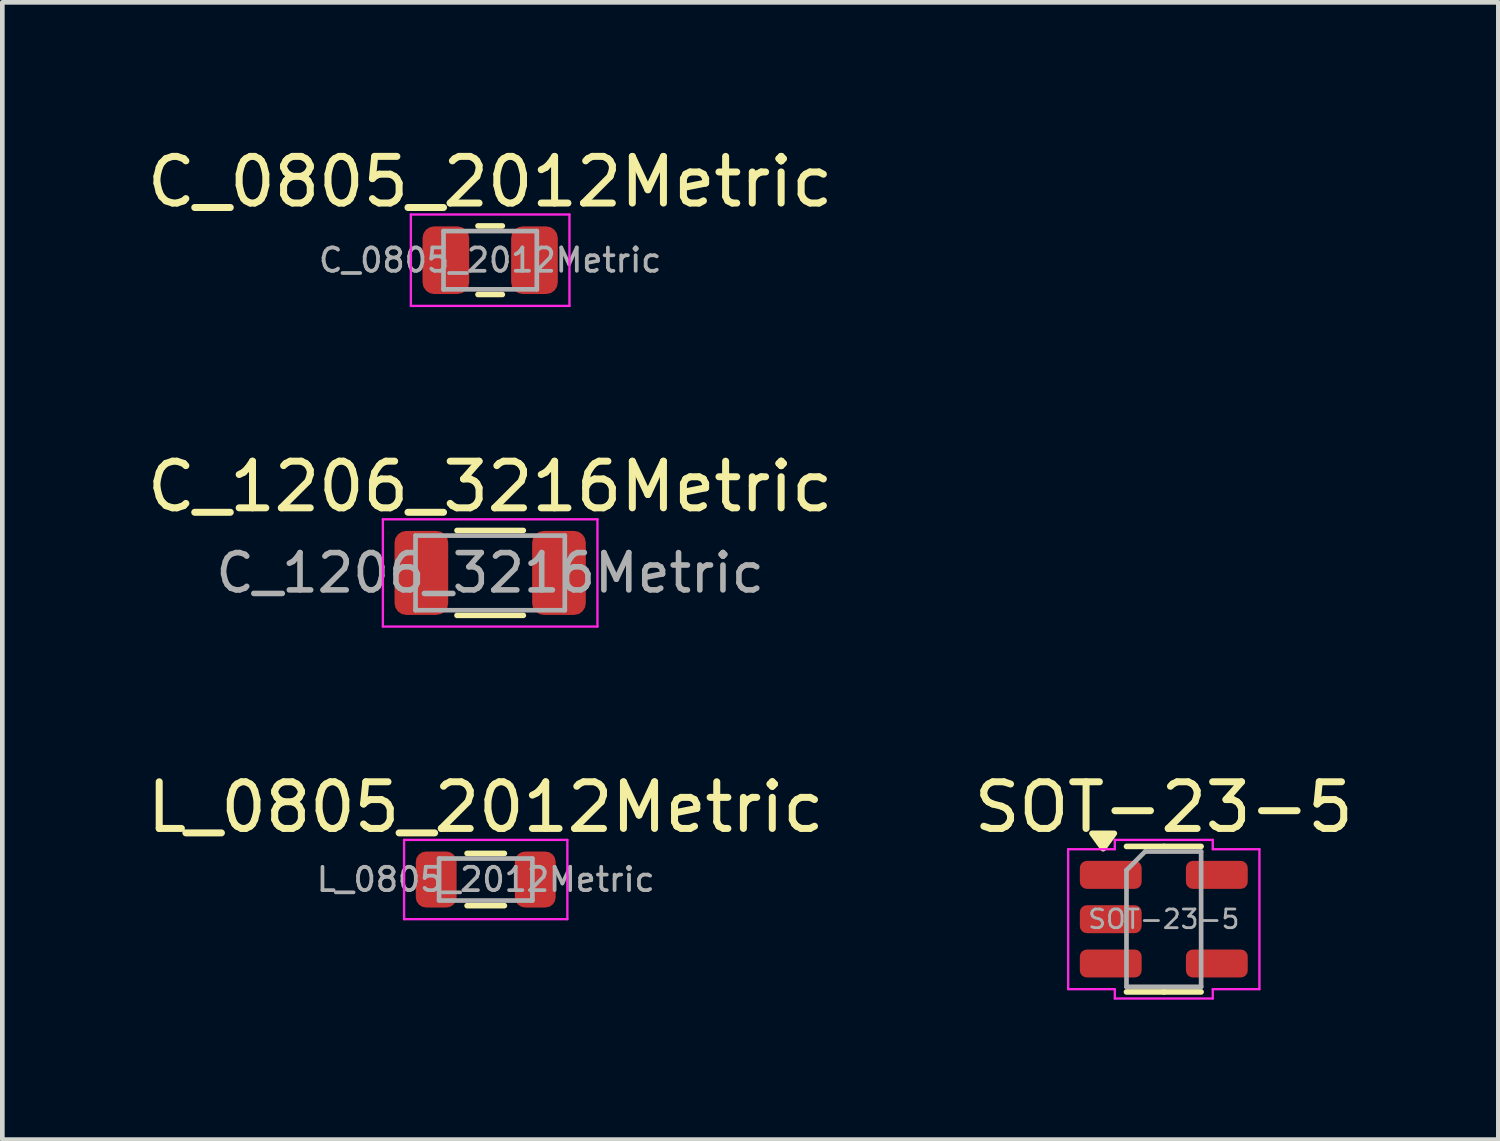
<source format=kicad_pcb>
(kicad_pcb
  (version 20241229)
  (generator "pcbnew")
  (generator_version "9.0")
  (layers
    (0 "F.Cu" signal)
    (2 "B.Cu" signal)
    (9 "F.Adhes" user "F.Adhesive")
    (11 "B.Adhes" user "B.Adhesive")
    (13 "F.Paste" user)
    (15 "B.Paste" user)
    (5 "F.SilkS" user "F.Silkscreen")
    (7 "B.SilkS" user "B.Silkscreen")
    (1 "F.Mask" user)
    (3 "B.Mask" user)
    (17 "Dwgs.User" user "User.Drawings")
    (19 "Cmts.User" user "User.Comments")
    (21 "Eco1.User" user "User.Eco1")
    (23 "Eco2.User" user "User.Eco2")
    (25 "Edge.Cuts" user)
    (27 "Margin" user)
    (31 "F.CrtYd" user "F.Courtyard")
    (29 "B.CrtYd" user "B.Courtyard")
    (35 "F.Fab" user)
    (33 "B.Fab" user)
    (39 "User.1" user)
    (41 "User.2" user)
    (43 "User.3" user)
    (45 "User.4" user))
  (footprint "C_1206_3216Metric"
    (layer "F.Cu")
    (at 7.458 9.232)
    (property "Reference" "C_1206_3216Metric" (at 0 -1.85 0) (layer "F.SilkS") (effects (font (size 1 1) (thickness 0.15))))
    (attr smd)
    (fp_line (start -0.711 -0.91) (end 0.711 -0.91) (stroke (width 0.12) (type solid)) (layer "F.SilkS"))
    (fp_line (start -0.711 0.91) (end 0.711 0.91) (stroke (width 0.12) (type solid)) (layer "F.SilkS"))
    (fp_line (start -2.3 -1.15) (end 2.3 -1.15) (stroke (width 0.05) (type solid)) (layer "F.CrtYd"))
    (fp_line (start -2.3 1.15) (end -2.3 -1.15) (stroke (width 0.05) (type solid)) (layer "F.CrtYd"))
    (fp_line (start 2.3 -1.15) (end 2.3 1.15) (stroke (width 0.05) (type solid)) (layer "F.CrtYd"))
    (fp_line (start 2.3 1.15) (end -2.3 1.15) (stroke (width 0.05) (type solid)) (layer "F.CrtYd"))
    (fp_line (start -1.6 -0.8) (end 1.6 -0.8) (stroke (width 0.1) (type solid)) (layer "F.Fab"))
    (fp_line (start -1.6 0.8) (end -1.6 -0.8) (stroke (width 0.1) (type solid)) (layer "F.Fab"))
    (fp_line (start 1.6 -0.8) (end 1.6 0.8) (stroke (width 0.1) (type solid)) (layer "F.Fab"))
    (fp_line (start 1.6 0.8) (end -1.6 0.8) (stroke (width 0.1) (type solid)) (layer "F.Fab"))
    (fp_text user "${REFERENCE}" (at 0 0 0) (layer "F.Fab") (effects (font (size 0.8 0.8) (thickness 0.12))))
    (pad "1" smd roundrect (at -1.475 0) (size 1.15 1.8) (layers "F.Cu" "F.Mask" "F.Paste") (roundrect_rratio 0.217))
    (pad "2" smd roundrect (at 1.475 0) (size 1.15 1.8) (layers "F.Cu" "F.Mask" "F.Paste") (roundrect_rratio 0.217)))
  (footprint "L_0805_2012Metric"
    (layer "F.Cu")
    (at 7.363 15.805)
    (property "Reference" "L_0805_2012Metric" (at 0 -1.55 180) (layer "F.SilkS") (effects (font (size 1 1) (thickness 0.15))))
    (attr smd)
    (fp_line (start -0.4 -0.56) (end 0.4 -0.56) (stroke (width 0.12) (type solid)) (layer "F.SilkS"))
    (fp_line (start -0.4 0.56) (end 0.4 0.56) (stroke (width 0.12) (type solid)) (layer "F.SilkS"))
    (fp_line (start -1.75 -0.85) (end 1.75 -0.85) (stroke (width 0.05) (type solid)) (layer "F.CrtYd"))
    (fp_line (start -1.75 0.85) (end -1.75 -0.85) (stroke (width 0.05) (type solid)) (layer "F.CrtYd"))
    (fp_line (start 1.75 -0.85) (end 1.75 0.85) (stroke (width 0.05) (type solid)) (layer "F.CrtYd"))
    (fp_line (start 1.75 0.85) (end -1.75 0.85) (stroke (width 0.05) (type solid)) (layer "F.CrtYd"))
    (fp_line (start -1 -0.45) (end 1 -0.45) (stroke (width 0.1) (type solid)) (layer "F.Fab"))
    (fp_line (start -1 0.45) (end -1 -0.45) (stroke (width 0.1) (type solid)) (layer "F.Fab"))
    (fp_line (start 1 -0.45) (end 1 0.45) (stroke (width 0.1) (type solid)) (layer "F.Fab"))
    (fp_line (start 1 0.45) (end -1 0.45) (stroke (width 0.1) (type solid)) (layer "F.Fab"))
    (fp_text user "${REFERENCE}" (at 0 0 180) (layer "F.Fab") (effects (font (size 0.5 0.5) (thickness 0.08))))
    (pad "1" smd roundrect (at -1.062 0) (size 0.875 1.2) (layers "F.Cu" "F.Mask" "F.Paste") (roundrect_rratio 0.25))
    (pad "2" smd roundrect (at 1.062 0) (size 0.875 1.2) (layers "F.Cu" "F.Mask" "F.Paste") (roundrect_rratio 0.25)))
  (footprint "SOT-23-5"
    (layer "F.Cu")
    (at 21.899 16.655)
    (property "Reference" "SOT-23-5" (at 0 -2.4 180) (layer "F.SilkS") (effects (font (size 1 1) (thickness 0.15))))
    (attr smd)
    (fp_line (start 0 -1.56) (end -0.8 -1.56) (stroke (width 0.12) (type solid)) (layer "F.SilkS"))
    (fp_line (start 0 -1.56) (end 0.8 -1.56) (stroke (width 0.12) (type solid)) (layer "F.SilkS"))
    (fp_line (start 0 1.56) (end -0.8 1.56) (stroke (width 0.12) (type solid)) (layer "F.SilkS"))
    (fp_line (start 0 1.56) (end 0.8 1.56) (stroke (width 0.12) (type solid)) (layer "F.SilkS"))
    (fp_poly (pts (xy -1.3 -1.51) (xy -1.54 -1.84) (xy -1.06 -1.84)) (stroke (width 0.12) (type solid)) (fill yes) (layer "F.SilkS"))
    (fp_line (start -2.05 -1.5) (end -1.05 -1.5) (stroke (width 0.05) (type solid)) (layer "F.CrtYd"))
    (fp_line (start -2.05 1.5) (end -2.05 -1.5) (stroke (width 0.05) (type solid)) (layer "F.CrtYd"))
    (fp_line (start -1.05 -1.7) (end 1.05 -1.7) (stroke (width 0.05) (type solid)) (layer "F.CrtYd"))
    (fp_line (start -1.05 -1.5) (end -1.05 -1.7) (stroke (width 0.05) (type solid)) (layer "F.CrtYd"))
    (fp_line (start -1.05 1.5) (end -2.05 1.5) (stroke (width 0.05) (type solid)) (layer "F.CrtYd"))
    (fp_line (start -1.05 1.7) (end -1.05 1.5) (stroke (width 0.05) (type solid)) (layer "F.CrtYd"))
    (fp_line (start 1.05 -1.7) (end 1.05 -1.5) (stroke (width 0.05) (type solid)) (layer "F.CrtYd"))
    (fp_line (start 1.05 -1.5) (end 2.05 -1.5) (stroke (width 0.05) (type solid)) (layer "F.CrtYd"))
    (fp_line (start 1.05 1.5) (end 1.05 1.7) (stroke (width 0.05) (type solid)) (layer "F.CrtYd"))
    (fp_line (start 1.05 1.7) (end -1.05 1.7) (stroke (width 0.05) (type solid)) (layer "F.CrtYd"))
    (fp_line (start 2.05 -1.5) (end 2.05 1.5) (stroke (width 0.05) (type solid)) (layer "F.CrtYd"))
    (fp_line (start 2.05 1.5) (end 1.05 1.5) (stroke (width 0.05) (type solid)) (layer "F.CrtYd"))
    (fp_line (start -0.8 -1.05) (end -0.4 -1.45) (stroke (width 0.1) (type solid)) (layer "F.Fab"))
    (fp_line (start -0.8 1.45) (end -0.8 -1.05) (stroke (width 0.1) (type solid)) (layer "F.Fab"))
    (fp_line (start -0.4 -1.45) (end 0.8 -1.45) (stroke (width 0.1) (type solid)) (layer "F.Fab"))
    (fp_line (start 0.8 -1.45) (end 0.8 1.45) (stroke (width 0.1) (type solid)) (layer "F.Fab"))
    (fp_line (start 0.8 1.45) (end -0.8 1.45) (stroke (width 0.1) (type solid)) (layer "F.Fab"))
    (fp_text user "${REFERENCE}" (at 0 0 180) (layer "F.Fab") (effects (font (size 0.4 0.4) (thickness 0.06))))
    (pad "1" smd roundrect (at -1.137 -0.95) (size 1.325 0.6) (layers "F.Cu" "F.Mask" "F.Paste") (roundrect_rratio 0.25))
    (pad "2" smd roundrect (at -1.137 0) (size 1.325 0.6) (layers "F.Cu" "F.Mask" "F.Paste") (roundrect_rratio 0.25))
    (pad "3" smd roundrect (at -1.137 0.95) (size 1.325 0.6) (layers "F.Cu" "F.Mask" "F.Paste") (roundrect_rratio 0.25))
    (pad "4" smd roundrect (at 1.137 0.95) (size 1.325 0.6) (layers "F.Cu" "F.Mask" "F.Paste") (roundrect_rratio 0.25))
    (pad "5" smd roundrect (at 1.137 -0.95) (size 1.325 0.6) (layers "F.Cu" "F.Mask" "F.Paste") (roundrect_rratio 0.25)))
  (footprint "C_0805_2012Metric"
    (layer "F.Cu")
    (at 7.458 2.528)
    (property "Reference" "C_0805_2012Metric" (at 0 -1.68 180) (layer "F.SilkS") (effects (font (size 1 1) (thickness 0.15))))
    (attr smd)
    (fp_line (start -0.261 -0.735) (end 0.261 -0.735) (stroke (width 0.12) (type solid)) (layer "F.SilkS"))
    (fp_line (start -0.261 0.735) (end 0.261 0.735) (stroke (width 0.12) (type solid)) (layer "F.SilkS"))
    (fp_line (start -1.7 -0.98) (end 1.7 -0.98) (stroke (width 0.05) (type solid)) (layer "F.CrtYd"))
    (fp_line (start -1.7 0.98) (end -1.7 -0.98) (stroke (width 0.05) (type solid)) (layer "F.CrtYd"))
    (fp_line (start 1.7 -0.98) (end 1.7 0.98) (stroke (width 0.05) (type solid)) (layer "F.CrtYd"))
    (fp_line (start 1.7 0.98) (end -1.7 0.98) (stroke (width 0.05) (type solid)) (layer "F.CrtYd"))
    (fp_line (start -1 -0.625) (end 1 -0.625) (stroke (width 0.1) (type solid)) (layer "F.Fab"))
    (fp_line (start -1 0.625) (end -1 -0.625) (stroke (width 0.1) (type solid)) (layer "F.Fab"))
    (fp_line (start 1 -0.625) (end 1 0.625) (stroke (width 0.1) (type solid)) (layer "F.Fab"))
    (fp_line (start 1 0.625) (end -1 0.625) (stroke (width 0.1) (type solid)) (layer "F.Fab"))
    (fp_text user "${REFERENCE}" (at 0 0 180) (layer "F.Fab") (effects (font (size 0.5 0.5) (thickness 0.08))))
    (pad "1" smd roundrect (at -0.95 0) (size 1 1.45) (layers "F.Cu" "F.Mask" "F.Paste") (roundrect_rratio 0.25))
    (pad "2" smd roundrect (at 0.95 0) (size 1 1.45) (layers "F.Cu" "F.Mask" "F.Paste") (roundrect_rratio 0.25)))
  (gr_rect
    (start -3 -3)
    (end 29.071 21.38)
    (stroke (width 0.1) (type default))
    (fill no)
    (layer "Edge.Cuts")))
</source>
